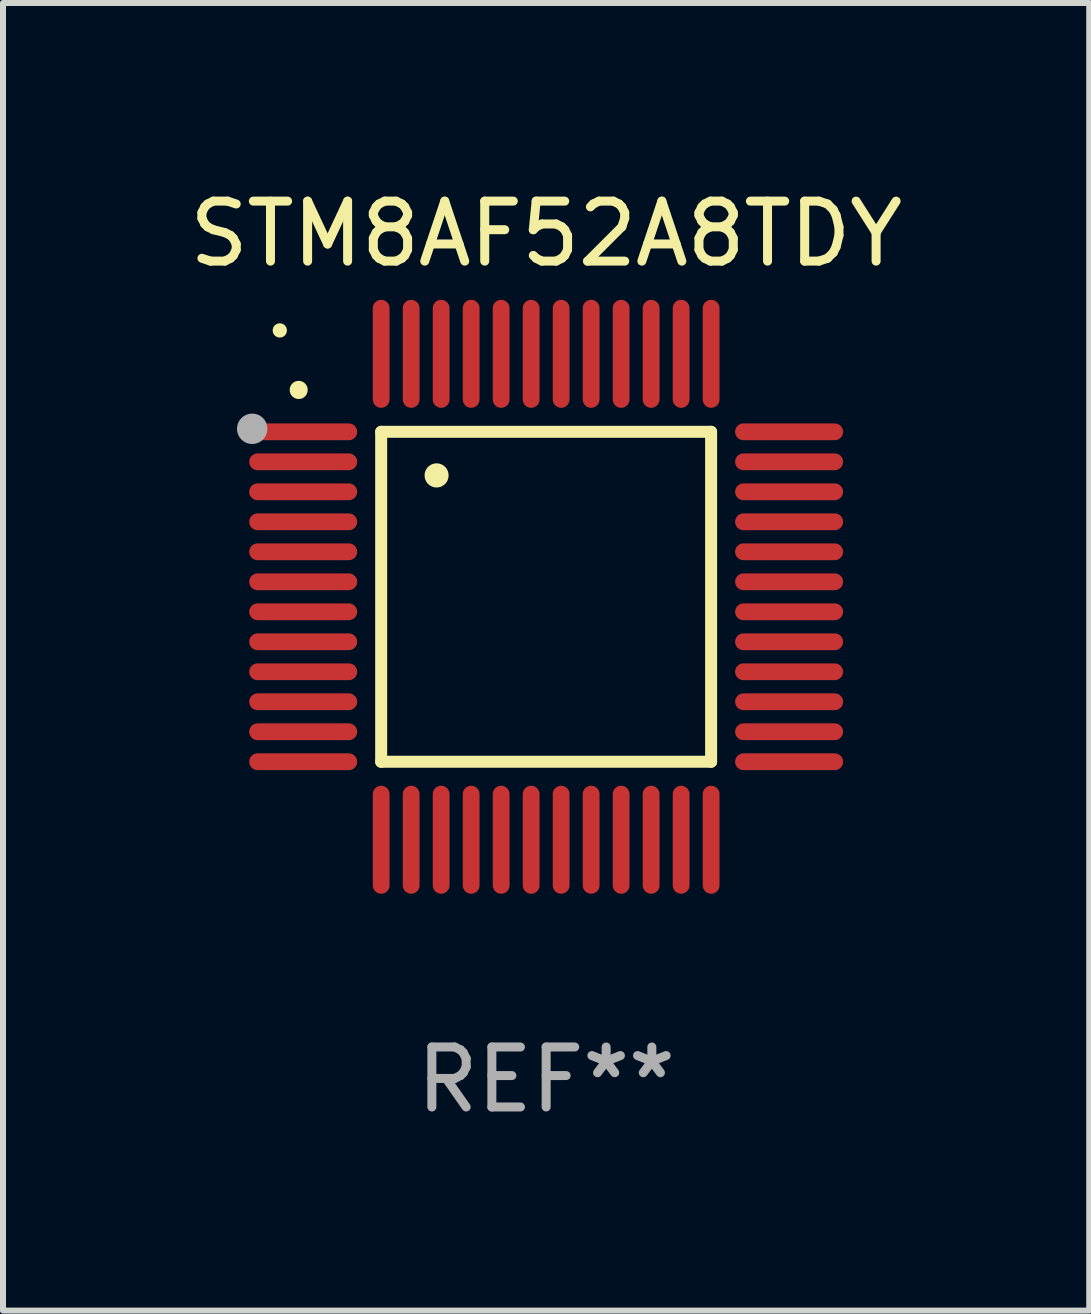
<source format=kicad_pcb>
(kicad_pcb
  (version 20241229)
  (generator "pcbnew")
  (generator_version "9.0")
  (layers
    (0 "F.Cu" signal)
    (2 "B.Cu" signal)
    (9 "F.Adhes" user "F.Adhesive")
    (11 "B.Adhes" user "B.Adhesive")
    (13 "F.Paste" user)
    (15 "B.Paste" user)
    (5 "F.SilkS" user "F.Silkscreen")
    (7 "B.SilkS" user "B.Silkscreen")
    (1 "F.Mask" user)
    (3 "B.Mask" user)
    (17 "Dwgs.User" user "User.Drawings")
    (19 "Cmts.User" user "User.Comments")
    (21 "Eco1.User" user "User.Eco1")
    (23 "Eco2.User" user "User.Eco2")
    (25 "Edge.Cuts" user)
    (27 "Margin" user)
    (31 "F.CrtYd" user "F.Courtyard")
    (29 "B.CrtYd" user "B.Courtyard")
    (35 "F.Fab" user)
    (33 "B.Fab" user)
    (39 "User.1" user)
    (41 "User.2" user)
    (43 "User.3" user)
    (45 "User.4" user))
  (footprint "STM8AF52A8TDY"
    (layer "F.Cu")
    (at 6.054 6.898)
    (property "Reference" "STM8AF52A8TDY" (at 0 -6.05 0) (layer "F.SilkS") (effects (font (size 1 1) (thickness 0.15))))
    (attr through_hole)
    (fp_line (start -2.75 -2.75) (end 2.75 -2.75) (stroke (width 0.2) (type solid)) (layer "F.SilkS"))
    (fp_line (start -2.75 2.75) (end -2.75 -2.75) (stroke (width 0.2) (type solid)) (layer "F.SilkS"))
    (fp_line (start 2.75 -2.75) (end 2.75 2.75) (stroke (width 0.2) (type solid)) (layer "F.SilkS"))
    (fp_line (start 2.75 2.75) (end -2.75 2.75) (stroke (width 0.2) (type solid)) (layer "F.SilkS"))
    (fp_arc (start -4.124968 -3.446787) (mid -4.124973 -3.448057) (end -4.124968 -3.449327) (stroke (width 0.3) (type solid)) (layer "F.SilkS"))
    (fp_arc (start -1.826264 -2.021844) (mid -1.826268 -2.023114) (end -1.826264 -2.024384) (stroke (width 0.4) (type solid)) (layer "F.SilkS"))
    (fp_circle (center -4.44 -4.44) (end -4.38 -4.44) (stroke (width 0.12) (type solid)) (fill no) (layer "F.SilkS"))
    (fp_circle (center -4.9 -2.8) (end -4.773 -2.8) (stroke (width 0.254) (type solid)) (fill no) (layer "F.Fab"))
    (fp_text user "REF**" (at 0 8.05 0) (layer "F.Fab") (effects (font (size 1 1) (thickness 0.15))))
    (pad "1" smd oval (at -4.05 -2.75 90) (size 0.28 1.8) (layers "F.Cu" "F.Mask" "F.Paste"))
    (pad "2" smd oval (at -4.05 -2.25 90) (size 0.28 1.8) (layers "F.Cu" "F.Mask" "F.Paste"))
    (pad "3" smd oval (at -4.05 -1.75 90) (size 0.28 1.8) (layers "F.Cu" "F.Mask" "F.Paste"))
    (pad "4" smd oval (at -4.05 -1.25 90) (size 0.28 1.8) (layers "F.Cu" "F.Mask" "F.Paste"))
    (pad "5" smd oval (at -4.05 -0.75 90) (size 0.28 1.8) (layers "F.Cu" "F.Mask" "F.Paste"))
    (pad "6" smd oval (at -4.05 -0.25 90) (size 0.28 1.8) (layers "F.Cu" "F.Mask" "F.Paste"))
    (pad "7" smd oval (at -4.05 0.25 90) (size 0.28 1.8) (layers "F.Cu" "F.Mask" "F.Paste"))
    (pad "8" smd oval (at -4.05 0.75 90) (size 0.28 1.8) (layers "F.Cu" "F.Mask" "F.Paste"))
    (pad "9" smd oval (at -4.05 1.25 90) (size 0.28 1.8) (layers "F.Cu" "F.Mask" "F.Paste"))
    (pad "10" smd oval (at -4.05 1.75 90) (size 0.28 1.8) (layers "F.Cu" "F.Mask" "F.Paste"))
    (pad "11" smd oval (at -4.05 2.25 90) (size 0.28 1.8) (layers "F.Cu" "F.Mask" "F.Paste"))
    (pad "12" smd oval (at -4.05 2.75 90) (size 0.28 1.8) (layers "F.Cu" "F.Mask" "F.Paste"))
    (pad "13" smd oval (at -2.75 4.05) (size 0.28 1.8) (layers "F.Cu" "F.Mask" "F.Paste"))
    (pad "14" smd oval (at -2.25 4.05) (size 0.28 1.8) (layers "F.Cu" "F.Mask" "F.Paste"))
    (pad "15" smd oval (at -1.75 4.05) (size 0.28 1.8) (layers "F.Cu" "F.Mask" "F.Paste"))
    (pad "16" smd oval (at -1.25 4.05) (size 0.28 1.8) (layers "F.Cu" "F.Mask" "F.Paste"))
    (pad "17" smd oval (at -0.75 4.05) (size 0.28 1.8) (layers "F.Cu" "F.Mask" "F.Paste"))
    (pad "18" smd oval (at -0.25 4.05) (size 0.28 1.8) (layers "F.Cu" "F.Mask" "F.Paste"))
    (pad "19" smd oval (at 0.25 4.05) (size 0.28 1.8) (layers "F.Cu" "F.Mask" "F.Paste"))
    (pad "20" smd oval (at 0.75 4.05) (size 0.28 1.8) (layers "F.Cu" "F.Mask" "F.Paste"))
    (pad "21" smd oval (at 1.25 4.05) (size 0.28 1.8) (layers "F.Cu" "F.Mask" "F.Paste"))
    (pad "22" smd oval (at 1.75 4.05) (size 0.28 1.8) (layers "F.Cu" "F.Mask" "F.Paste"))
    (pad "23" smd oval (at 2.25 4.05) (size 0.28 1.8) (layers "F.Cu" "F.Mask" "F.Paste"))
    (pad "24" smd oval (at 2.75 4.05) (size 0.28 1.8) (layers "F.Cu" "F.Mask" "F.Paste"))
    (pad "25" smd oval (at 4.05 2.75 90) (size 0.28 1.8) (layers "F.Cu" "F.Mask" "F.Paste"))
    (pad "26" smd oval (at 4.05 2.25 90) (size 0.28 1.8) (layers "F.Cu" "F.Mask" "F.Paste"))
    (pad "27" smd oval (at 4.05 1.75 90) (size 0.28 1.8) (layers "F.Cu" "F.Mask" "F.Paste"))
    (pad "28" smd oval (at 4.05 1.25 90) (size 0.28 1.8) (layers "F.Cu" "F.Mask" "F.Paste"))
    (pad "29" smd oval (at 4.05 0.75 90) (size 0.28 1.8) (layers "F.Cu" "F.Mask" "F.Paste"))
    (pad "30" smd oval (at 4.05 0.25 90) (size 0.28 1.8) (layers "F.Cu" "F.Mask" "F.Paste"))
    (pad "31" smd oval (at 4.05 -0.25 90) (size 0.28 1.8) (layers "F.Cu" "F.Mask" "F.Paste"))
    (pad "32" smd oval (at 4.05 -0.75 90) (size 0.28 1.8) (layers "F.Cu" "F.Mask" "F.Paste"))
    (pad "33" smd oval (at 4.05 -1.25 90) (size 0.28 1.8) (layers "F.Cu" "F.Mask" "F.Paste"))
    (pad "34" smd oval (at 4.05 -1.75 90) (size 0.28 1.8) (layers "F.Cu" "F.Mask" "F.Paste"))
    (pad "35" smd oval (at 4.05 -2.25 90) (size 0.28 1.8) (layers "F.Cu" "F.Mask" "F.Paste"))
    (pad "36" smd oval (at 4.05 -2.75 90) (size 0.28 1.8) (layers "F.Cu" "F.Mask" "F.Paste"))
    (pad "37" smd oval (at 2.75 -4.05) (size 0.28 1.8) (layers "F.Cu" "F.Mask" "F.Paste"))
    (pad "38" smd oval (at 2.25 -4.05) (size 0.28 1.8) (layers "F.Cu" "F.Mask" "F.Paste"))
    (pad "39" smd oval (at 1.75 -4.05) (size 0.28 1.8) (layers "F.Cu" "F.Mask" "F.Paste"))
    (pad "40" smd oval (at 1.25 -4.05) (size 0.28 1.8) (layers "F.Cu" "F.Mask" "F.Paste"))
    (pad "41" smd oval (at 0.75 -4.05) (size 0.28 1.8) (layers "F.Cu" "F.Mask" "F.Paste"))
    (pad "42" smd oval (at 0.25 -4.05) (size 0.28 1.8) (layers "F.Cu" "F.Mask" "F.Paste"))
    (pad "43" smd oval (at -0.25 -4.05) (size 0.28 1.8) (layers "F.Cu" "F.Mask" "F.Paste"))
    (pad "44" smd oval (at -0.75 -4.05) (size 0.28 1.8) (layers "F.Cu" "F.Mask" "F.Paste"))
    (pad "45" smd oval (at -1.25 -4.05) (size 0.28 1.8) (layers "F.Cu" "F.Mask" "F.Paste"))
    (pad "46" smd oval (at -1.75 -4.05) (size 0.28 1.8) (layers "F.Cu" "F.Mask" "F.Paste"))
    (pad "47" smd oval (at -2.25 -4.05) (size 0.28 1.8) (layers "F.Cu" "F.Mask" "F.Paste"))
    (pad "48" smd oval (at -2.75 -4.05) (size 0.28 1.8) (layers "F.Cu" "F.Mask" "F.Paste")))
  (gr_rect
    (start -3 -3)
    (end 15.107 18.797)
    (stroke (width 0.1) (type default))
    (fill no)
    (layer "Edge.Cuts")))
</source>
